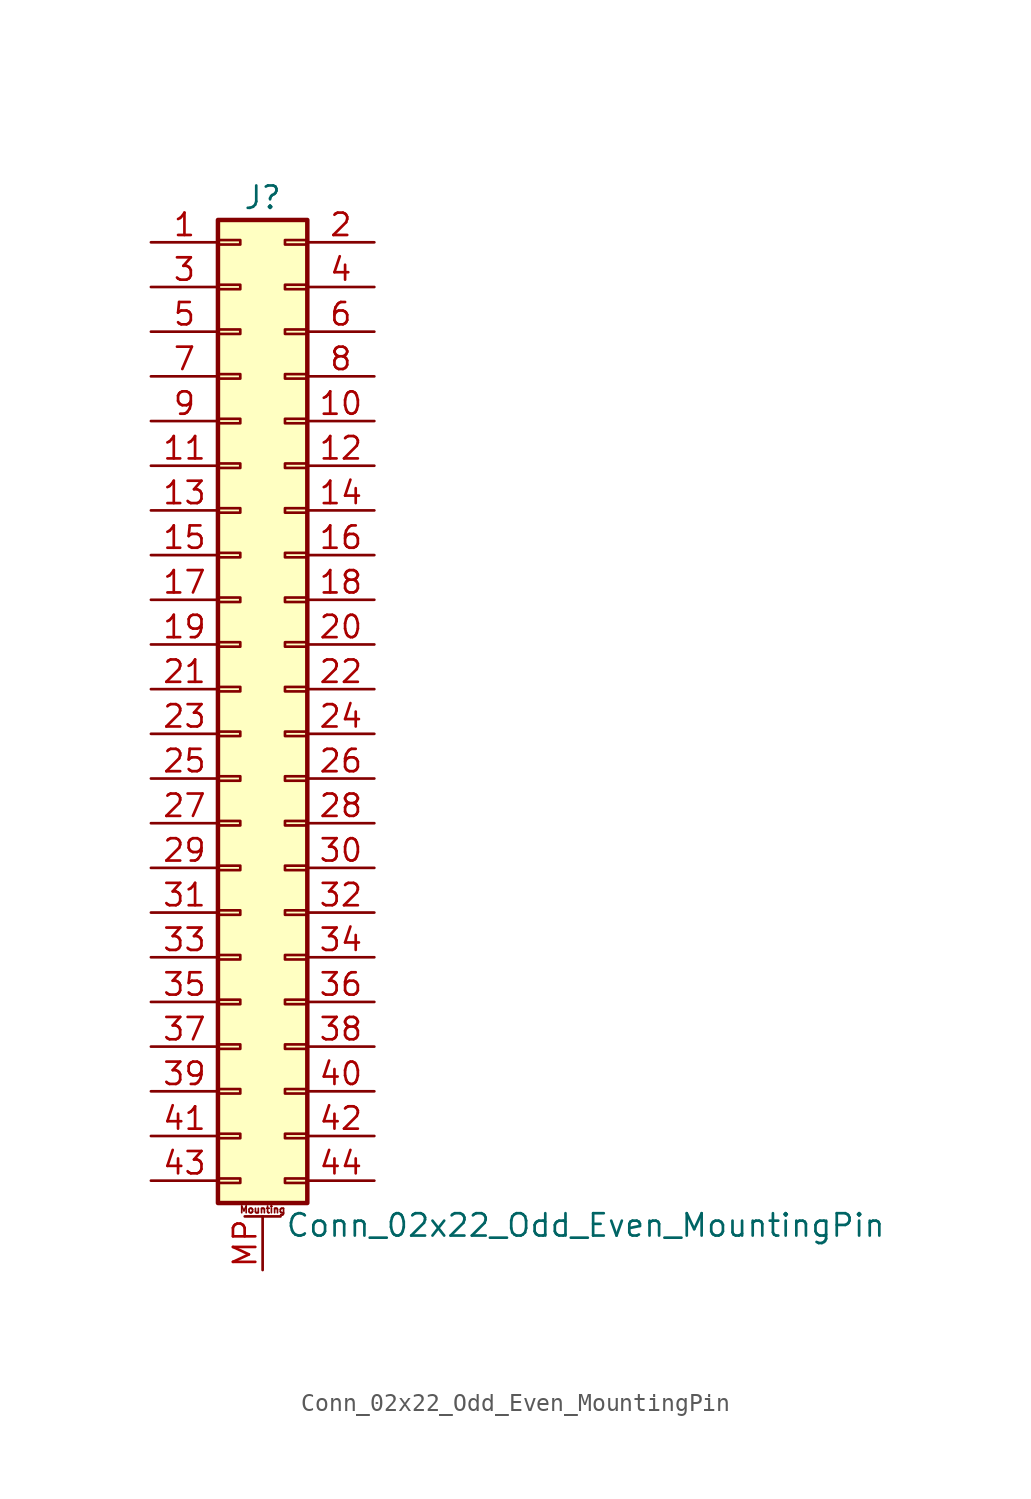
<source format=kicad_sym>
(kicad_symbol_lib
  (version 20211014)
  (generator kicad_symbol_editor)
  (symbol "Conn_02x22_Odd_Even_MountingPin"
    (pin_names
      (offset 1.016) hide)
    (property "Reference" "J"
      (at 1.27 27.94 0)
      (effects (font (size 1.27 1.27))))
    (property "Value" "Conn_02x22_Odd_Even_MountingPin"
      (at 2.54 -30.48 0)
      (effects (font (size 1.27 1.27)) (justify left)))
    (symbol "Conn_02x22_Odd_Even_MountingPin_1_1"
      (rectangle (start -1.27 -27.813) (end 0 -28.067) (stroke (width 0.152) (type default) (color 0 0 0 0)) (fill (type none)))
      (rectangle (start -1.27 -25.273) (end 0 -25.527) (stroke (width 0.152) (type default) (color 0 0 0 0)) (fill (type none)))
      (rectangle (start -1.27 -22.733) (end 0 -22.987) (stroke (width 0.152) (type default) (color 0 0 0 0)) (fill (type none)))
      (rectangle (start -1.27 -20.193) (end 0 -20.447) (stroke (width 0.152) (type default) (color 0 0 0 0)) (fill (type none)))
      (rectangle (start -1.27 -17.653) (end 0 -17.907) (stroke (width 0.152) (type default) (color 0 0 0 0)) (fill (type none)))
      (rectangle (start -1.27 -15.113) (end 0 -15.367) (stroke (width 0.152) (type default) (color 0 0 0 0)) (fill (type none)))
      (rectangle (start -1.27 -12.573) (end 0 -12.827) (stroke (width 0.152) (type default) (color 0 0 0 0)) (fill (type none)))
      (rectangle (start -1.27 -10.033) (end 0 -10.287) (stroke (width 0.152) (type default) (color 0 0 0 0)) (fill (type none)))
      (rectangle (start -1.27 -7.493) (end 0 -7.747) (stroke (width 0.152) (type default) (color 0 0 0 0)) (fill (type none)))
      (rectangle (start -1.27 -4.953) (end 0 -5.207) (stroke (width 0.152) (type default) (color 0 0 0 0)) (fill (type none)))
      (rectangle (start -1.27 -2.413) (end 0 -2.667) (stroke (width 0.152) (type default) (color 0 0 0 0)) (fill (type none)))
      (rectangle (start -1.27 0.127) (end 0 -0.127) (stroke (width 0.152) (type default) (color 0 0 0 0)) (fill (type none)))
      (rectangle (start -1.27 2.667) (end 0 2.413) (stroke (width 0.152) (type default) (color 0 0 0 0)) (fill (type none)))
      (rectangle (start -1.27 5.207) (end 0 4.953) (stroke (width 0.152) (type default) (color 0 0 0 0)) (fill (type none)))
      (rectangle (start -1.27 7.747) (end 0 7.493) (stroke (width 0.152) (type default) (color 0 0 0 0)) (fill (type none)))
      (rectangle (start -1.27 10.287) (end 0 10.033) (stroke (width 0.152) (type default) (color 0 0 0 0)) (fill (type none)))
      (rectangle (start -1.27 12.827) (end 0 12.573) (stroke (width 0.152) (type default) (color 0 0 0 0)) (fill (type none)))
      (rectangle (start -1.27 15.367) (end 0 15.113) (stroke (width 0.152) (type default) (color 0 0 0 0)) (fill (type none)))
      (rectangle (start -1.27 17.907) (end 0 17.653) (stroke (width 0.152) (type default) (color 0 0 0 0)) (fill (type none)))
      (rectangle (start -1.27 20.447) (end 0 20.193) (stroke (width 0.152) (type default) (color 0 0 0 0)) (fill (type none)))
      (rectangle (start -1.27 22.987) (end 0 22.733) (stroke (width 0.152) (type default) (color 0 0 0 0)) (fill (type none)))
      (rectangle (start -1.27 25.527) (end 0 25.273) (stroke (width 0.152) (type default) (color 0 0 0 0)) (fill (type none)))
      (rectangle (start -1.27 26.67) (end 3.81 -29.21) (stroke (width 0.254) (type default) (color 0 0 0 0)) (fill (type background)))
      (polyline (pts (xy 0.254 -29.972) (xy 2.286 -29.972)) (stroke (width 0.152) (type default) (color 0 0 0 0)) (fill (type none)))
      (rectangle (start 3.81 -27.813) (end 2.54 -28.067) (stroke (width 0.152) (type default) (color 0 0 0 0)) (fill (type none)))
      (rectangle (start 3.81 -25.273) (end 2.54 -25.527) (stroke (width 0.152) (type default) (color 0 0 0 0)) (fill (type none)))
      (rectangle (start 3.81 -22.733) (end 2.54 -22.987) (stroke (width 0.152) (type default) (color 0 0 0 0)) (fill (type none)))
      (rectangle (start 3.81 -20.193) (end 2.54 -20.447) (stroke (width 0.152) (type default) (color 0 0 0 0)) (fill (type none)))
      (rectangle (start 3.81 -17.653) (end 2.54 -17.907) (stroke (width 0.152) (type default) (color 0 0 0 0)) (fill (type none)))
      (rectangle (start 3.81 -15.113) (end 2.54 -15.367) (stroke (width 0.152) (type default) (color 0 0 0 0)) (fill (type none)))
      (rectangle (start 3.81 -12.573) (end 2.54 -12.827) (stroke (width 0.152) (type default) (color 0 0 0 0)) (fill (type none)))
      (rectangle (start 3.81 -10.033) (end 2.54 -10.287) (stroke (width 0.152) (type default) (color 0 0 0 0)) (fill (type none)))
      (rectangle (start 3.81 -7.493) (end 2.54 -7.747) (stroke (width 0.152) (type default) (color 0 0 0 0)) (fill (type none)))
      (rectangle (start 3.81 -4.953) (end 2.54 -5.207) (stroke (width 0.152) (type default) (color 0 0 0 0)) (fill (type none)))
      (rectangle (start 3.81 -2.413) (end 2.54 -2.667) (stroke (width 0.152) (type default) (color 0 0 0 0)) (fill (type none)))
      (rectangle (start 3.81 0.127) (end 2.54 -0.127) (stroke (width 0.152) (type default) (color 0 0 0 0)) (fill (type none)))
      (rectangle (start 3.81 2.667) (end 2.54 2.413) (stroke (width 0.152) (type default) (color 0 0 0 0)) (fill (type none)))
      (rectangle (start 3.81 5.207) (end 2.54 4.953) (stroke (width 0.152) (type default) (color 0 0 0 0)) (fill (type none)))
      (rectangle (start 3.81 7.747) (end 2.54 7.493) (stroke (width 0.152) (type default) (color 0 0 0 0)) (fill (type none)))
      (rectangle (start 3.81 10.287) (end 2.54 10.033) (stroke (width 0.152) (type default) (color 0 0 0 0)) (fill (type none)))
      (rectangle (start 3.81 12.827) (end 2.54 12.573) (stroke (width 0.152) (type default) (color 0 0 0 0)) (fill (type none)))
      (rectangle (start 3.81 15.367) (end 2.54 15.113) (stroke (width 0.152) (type default) (color 0 0 0 0)) (fill (type none)))
      (rectangle (start 3.81 17.907) (end 2.54 17.653) (stroke (width 0.152) (type default) (color 0 0 0 0)) (fill (type none)))
      (rectangle (start 3.81 20.447) (end 2.54 20.193) (stroke (width 0.152) (type default) (color 0 0 0 0)) (fill (type none)))
      (rectangle (start 3.81 22.987) (end 2.54 22.733) (stroke (width 0.152) (type default) (color 0 0 0 0)) (fill (type none)))
      (rectangle (start 3.81 25.527) (end 2.54 25.273) (stroke (width 0.152) (type default) (color 0 0 0 0)) (fill (type none)))
      (text "Mounting" (at 1.27 -29.591 0) (effects (font (size 0.381 0.381))))
      (pin passive line (at -5.08 25.4 0) (length 3.81) (name "Pin_1" (effects (font (size 1.27 1.27)))) (number "1" (effects (font (size 1.27 1.27)))))
      (pin passive line (at 7.62 15.24 180) (length 3.81) (name "Pin_10" (effects (font (size 1.27 1.27)))) (number "10" (effects (font (size 1.27 1.27)))))
      (pin passive line (at -5.08 12.7 0) (length 3.81) (name "Pin_11" (effects (font (size 1.27 1.27)))) (number "11" (effects (font (size 1.27 1.27)))))
      (pin passive line (at 7.62 12.7 180) (length 3.81) (name "Pin_12" (effects (font (size 1.27 1.27)))) (number "12" (effects (font (size 1.27 1.27)))))
      (pin passive line (at -5.08 10.16 0) (length 3.81) (name "Pin_13" (effects (font (size 1.27 1.27)))) (number "13" (effects (font (size 1.27 1.27)))))
      (pin passive line (at 7.62 10.16 180) (length 3.81) (name "Pin_14" (effects (font (size 1.27 1.27)))) (number "14" (effects (font (size 1.27 1.27)))))
      (pin passive line (at -5.08 7.62 0) (length 3.81) (name "Pin_15" (effects (font (size 1.27 1.27)))) (number "15" (effects (font (size 1.27 1.27)))))
      (pin passive line (at 7.62 7.62 180) (length 3.81) (name "Pin_16" (effects (font (size 1.27 1.27)))) (number "16" (effects (font (size 1.27 1.27)))))
      (pin passive line (at -5.08 5.08 0) (length 3.81) (name "Pin_17" (effects (font (size 1.27 1.27)))) (number "17" (effects (font (size 1.27 1.27)))))
      (pin passive line (at 7.62 5.08 180) (length 3.81) (name "Pin_18" (effects (font (size 1.27 1.27)))) (number "18" (effects (font (size 1.27 1.27)))))
      (pin passive line (at -5.08 2.54 0) (length 3.81) (name "Pin_19" (effects (font (size 1.27 1.27)))) (number "19" (effects (font (size 1.27 1.27)))))
      (pin passive line (at 7.62 25.4 180) (length 3.81) (name "Pin_2" (effects (font (size 1.27 1.27)))) (number "2" (effects (font (size 1.27 1.27)))))
      (pin passive line (at 7.62 2.54 180) (length 3.81) (name "Pin_20" (effects (font (size 1.27 1.27)))) (number "20" (effects (font (size 1.27 1.27)))))
      (pin passive line (at -5.08 0 0) (length 3.81) (name "Pin_21" (effects (font (size 1.27 1.27)))) (number "21" (effects (font (size 1.27 1.27)))))
      (pin passive line (at 7.62 0 180) (length 3.81) (name "Pin_22" (effects (font (size 1.27 1.27)))) (number "22" (effects (font (size 1.27 1.27)))))
      (pin passive line (at -5.08 -2.54 0) (length 3.81) (name "Pin_23" (effects (font (size 1.27 1.27)))) (number "23" (effects (font (size 1.27 1.27)))))
      (pin passive line (at 7.62 -2.54 180) (length 3.81) (name "Pin_24" (effects (font (size 1.27 1.27)))) (number "24" (effects (font (size 1.27 1.27)))))
      (pin passive line (at -5.08 -5.08 0) (length 3.81) (name "Pin_25" (effects (font (size 1.27 1.27)))) (number "25" (effects (font (size 1.27 1.27)))))
      (pin passive line (at 7.62 -5.08 180) (length 3.81) (name "Pin_26" (effects (font (size 1.27 1.27)))) (number "26" (effects (font (size 1.27 1.27)))))
      (pin passive line (at -5.08 -7.62 0) (length 3.81) (name "Pin_27" (effects (font (size 1.27 1.27)))) (number "27" (effects (font (size 1.27 1.27)))))
      (pin passive line (at 7.62 -7.62 180) (length 3.81) (name "Pin_28" (effects (font (size 1.27 1.27)))) (number "28" (effects (font (size 1.27 1.27)))))
      (pin passive line (at -5.08 -10.16 0) (length 3.81) (name "Pin_29" (effects (font (size 1.27 1.27)))) (number "29" (effects (font (size 1.27 1.27)))))
      (pin passive line (at -5.08 22.86 0) (length 3.81) (name "Pin_3" (effects (font (size 1.27 1.27)))) (number "3" (effects (font (size 1.27 1.27)))))
      (pin passive line (at 7.62 -10.16 180) (length 3.81) (name "Pin_30" (effects (font (size 1.27 1.27)))) (number "30" (effects (font (size 1.27 1.27)))))
      (pin passive line (at -5.08 -12.7 0) (length 3.81) (name "Pin_31" (effects (font (size 1.27 1.27)))) (number "31" (effects (font (size 1.27 1.27)))))
      (pin passive line (at 7.62 -12.7 180) (length 3.81) (name "Pin_32" (effects (font (size 1.27 1.27)))) (number "32" (effects (font (size 1.27 1.27)))))
      (pin passive line (at -5.08 -15.24 0) (length 3.81) (name "Pin_33" (effects (font (size 1.27 1.27)))) (number "33" (effects (font (size 1.27 1.27)))))
      (pin passive line (at 7.62 -15.24 180) (length 3.81) (name "Pin_34" (effects (font (size 1.27 1.27)))) (number "34" (effects (font (size 1.27 1.27)))))
      (pin passive line (at -5.08 -17.78 0) (length 3.81) (name "Pin_35" (effects (font (size 1.27 1.27)))) (number "35" (effects (font (size 1.27 1.27)))))
      (pin passive line (at 7.62 -17.78 180) (length 3.81) (name "Pin_36" (effects (font (size 1.27 1.27)))) (number "36" (effects (font (size 1.27 1.27)))))
      (pin passive line (at -5.08 -20.32 0) (length 3.81) (name "Pin_37" (effects (font (size 1.27 1.27)))) (number "37" (effects (font (size 1.27 1.27)))))
      (pin passive line (at 7.62 -20.32 180) (length 3.81) (name "Pin_38" (effects (font (size 1.27 1.27)))) (number "38" (effects (font (size 1.27 1.27)))))
      (pin passive line (at -5.08 -22.86 0) (length 3.81) (name "Pin_39" (effects (font (size 1.27 1.27)))) (number "39" (effects (font (size 1.27 1.27)))))
      (pin passive line (at 7.62 22.86 180) (length 3.81) (name "Pin_4" (effects (font (size 1.27 1.27)))) (number "4" (effects (font (size 1.27 1.27)))))
      (pin passive line (at 7.62 -22.86 180) (length 3.81) (name "Pin_40" (effects (font (size 1.27 1.27)))) (number "40" (effects (font (size 1.27 1.27)))))
      (pin passive line (at -5.08 -25.4 0) (length 3.81) (name "Pin_41" (effects (font (size 1.27 1.27)))) (number "41" (effects (font (size 1.27 1.27)))))
      (pin passive line (at 7.62 -25.4 180) (length 3.81) (name "Pin_42" (effects (font (size 1.27 1.27)))) (number "42" (effects (font (size 1.27 1.27)))))
      (pin passive line (at -5.08 -27.94 0) (length 3.81) (name "Pin_43" (effects (font (size 1.27 1.27)))) (number "43" (effects (font (size 1.27 1.27)))))
      (pin passive line (at 7.62 -27.94 180) (length 3.81) (name "Pin_44" (effects (font (size 1.27 1.27)))) (number "44" (effects (font (size 1.27 1.27)))))
      (pin passive line (at -5.08 20.32 0) (length 3.81) (name "Pin_5" (effects (font (size 1.27 1.27)))) (number "5" (effects (font (size 1.27 1.27)))))
      (pin passive line (at 7.62 20.32 180) (length 3.81) (name "Pin_6" (effects (font (size 1.27 1.27)))) (number "6" (effects (font (size 1.27 1.27)))))
      (pin passive line (at -5.08 17.78 0) (length 3.81) (name "Pin_7" (effects (font (size 1.27 1.27)))) (number "7" (effects (font (size 1.27 1.27)))))
      (pin passive line (at 7.62 17.78 180) (length 3.81) (name "Pin_8" (effects (font (size 1.27 1.27)))) (number "8" (effects (font (size 1.27 1.27)))))
      (pin passive line (at -5.08 15.24 0) (length 3.81) (name "Pin_9" (effects (font (size 1.27 1.27)))) (number "9" (effects (font (size 1.27 1.27)))))
      (pin passive line (at 1.27 -33.02 90) (length 3.048) (name "MountPin" (effects (font (size 1.27 1.27)))) (number "MP" (effects (font (size 1.27 1.27))))))))
</source>
